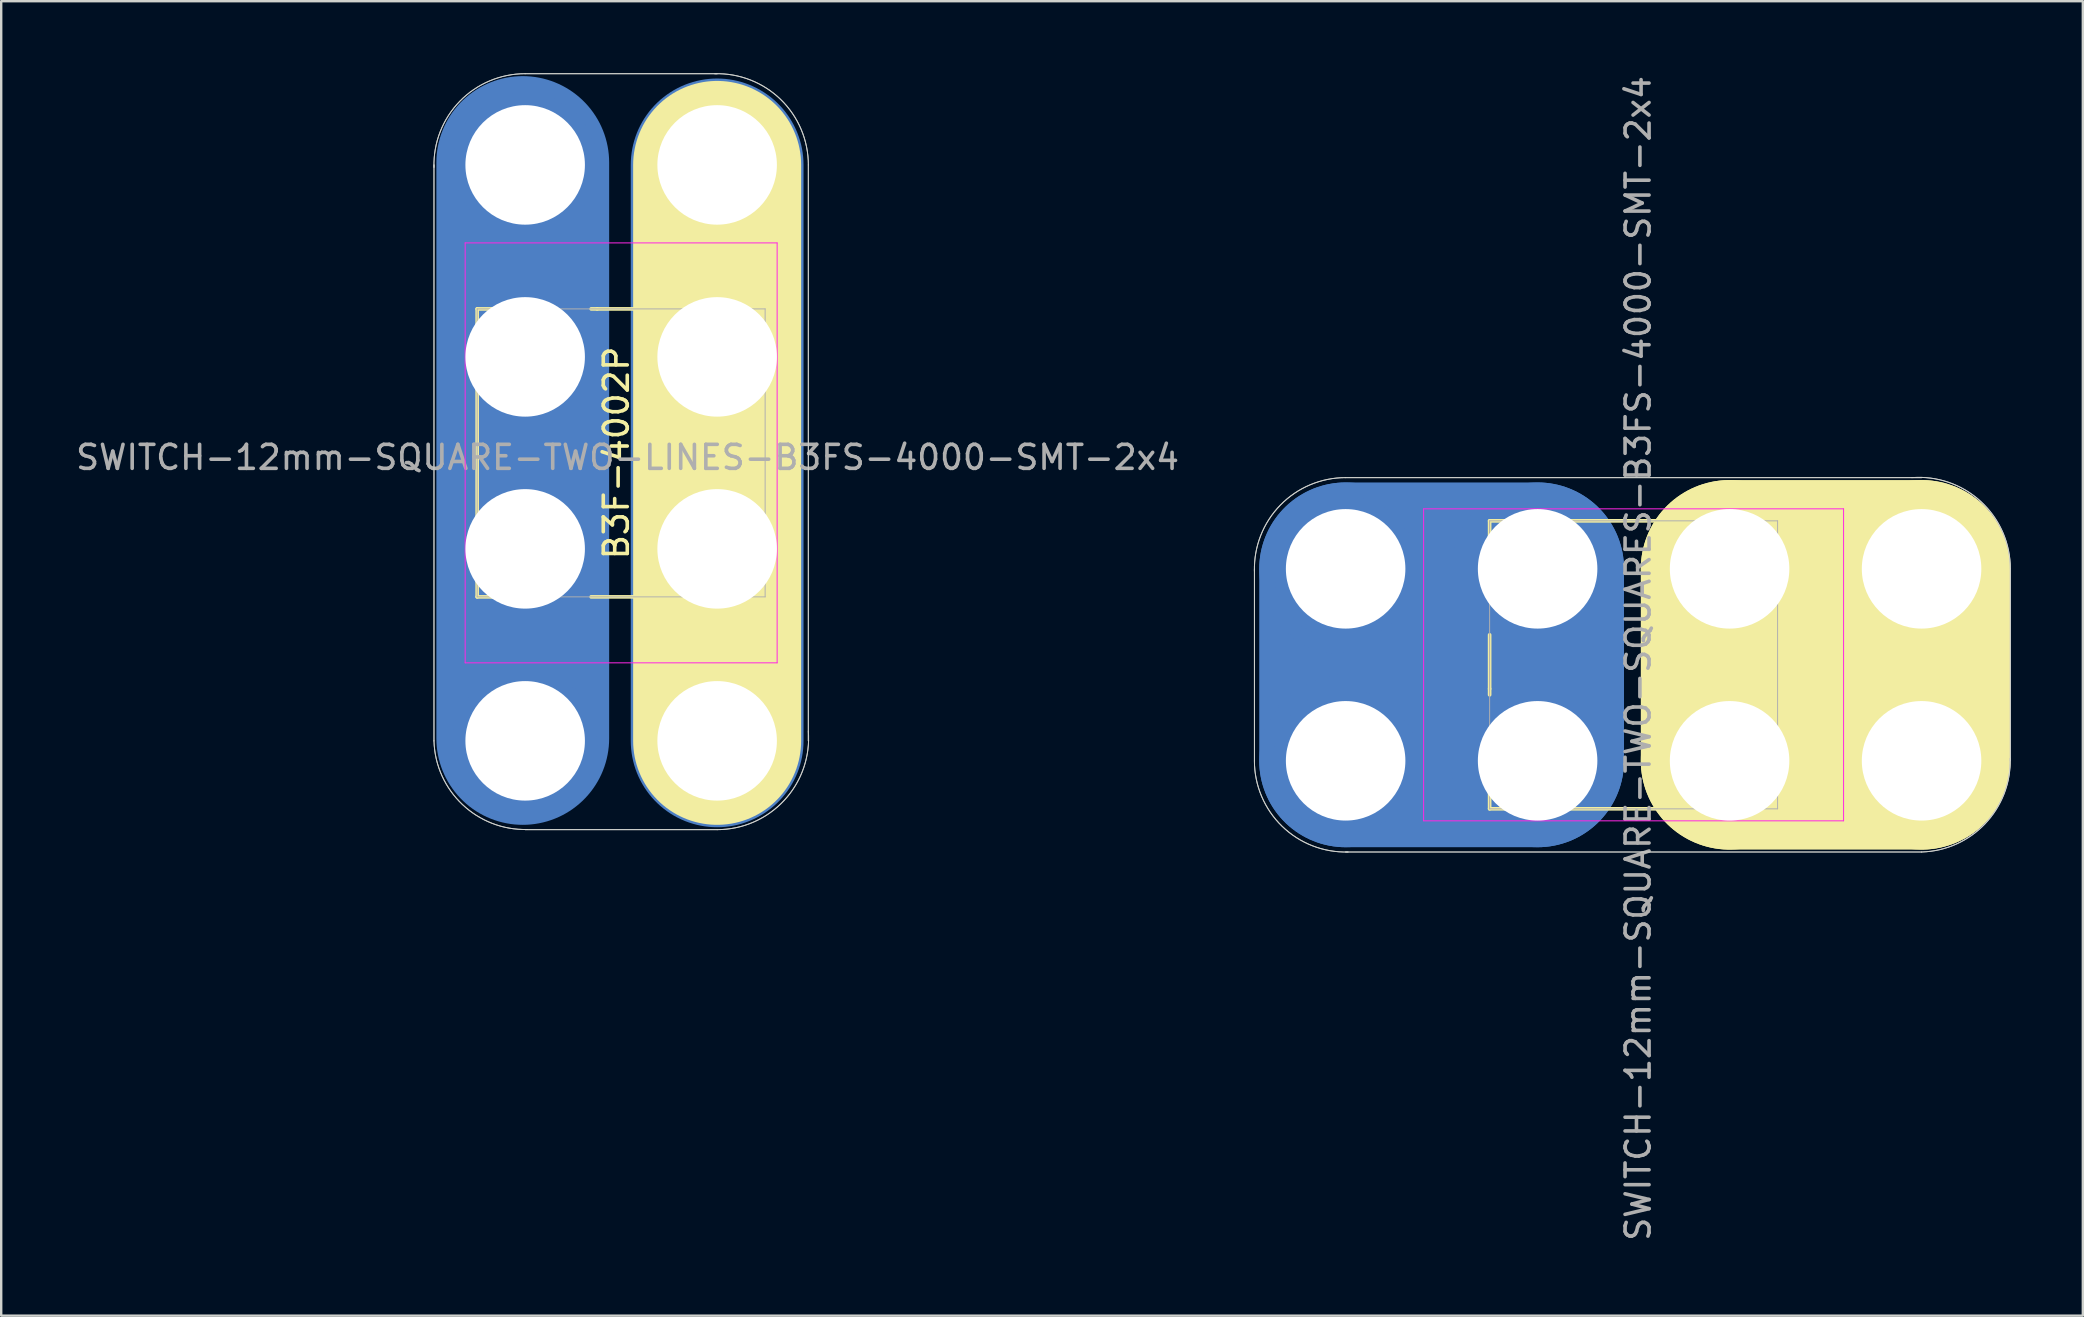
<source format=kicad_pcb>
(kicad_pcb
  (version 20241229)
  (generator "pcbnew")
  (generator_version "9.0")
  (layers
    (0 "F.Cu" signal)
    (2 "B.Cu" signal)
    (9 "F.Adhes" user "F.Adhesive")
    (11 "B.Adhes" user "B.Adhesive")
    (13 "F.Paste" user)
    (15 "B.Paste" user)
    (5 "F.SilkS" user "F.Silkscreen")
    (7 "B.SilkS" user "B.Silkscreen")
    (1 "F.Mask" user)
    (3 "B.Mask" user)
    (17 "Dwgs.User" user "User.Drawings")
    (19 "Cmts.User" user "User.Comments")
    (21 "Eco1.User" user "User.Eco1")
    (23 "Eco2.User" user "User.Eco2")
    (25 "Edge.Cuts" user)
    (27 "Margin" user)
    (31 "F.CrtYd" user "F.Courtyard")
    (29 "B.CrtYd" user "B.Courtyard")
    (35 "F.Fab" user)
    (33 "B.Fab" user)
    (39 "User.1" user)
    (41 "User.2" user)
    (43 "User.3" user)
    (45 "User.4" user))
  (footprint "SWITCH-12mm-SQUARE-TWO-LINES-B3FS-4000-SMT-2x4"
    (layer "F.Cu")
    (at 18.834 27.822)
    (property "Reference" "SWITCH-12mm-SQUARE-TWO-LINES-B3FS-4000-SMT-2x4" (at 4.267 -11.811 0) (layer "F.Fab") (effects (font (size 1 1) (thickness 0.15))))
    (attr through_hole)
    (fp_line (start -0.1 -24.1) (end -0.1 -0.1) (stroke (width 5) (type solid)) (layer "F.Cu"))
    (fp_line (start 8 -24) (end 8 0) (stroke (width 5) (type solid)) (layer "F.Cu"))
    (fp_line (start -0.1 -24.1) (end -0.1 -0.1) (stroke (width 7.2) (type solid)) (layer "B.Cu"))
    (fp_line (start 8 -24) (end 8 0) (stroke (width 7.2) (type solid)) (layer "B.Cu"))
    (fp_line (start -0.1 -24.1) (end -0.1 -0.1) (stroke (width 7.2) (type solid)) (layer "B.Mask"))
    (fp_line (start 8 -24) (end 8 0) (stroke (width 7.2) (type solid)) (layer "B.Mask"))
    (fp_line (start -2 -18) (end 0 -18) (stroke (width 0.152) (type solid)) (layer "F.SilkS"))
    (fp_line (start -2 -6) (end -2 -18) (stroke (width 0.152) (type solid)) (layer "F.SilkS"))
    (fp_line (start -2 -6) (end 0.25 -6) (stroke (width 0.152) (type solid)) (layer "F.SilkS"))
    (fp_line (start 2.75 -18) (end 3 -18) (stroke (width 0.152) (type solid)) (layer "F.SilkS"))
    (fp_line (start 2.75 -6) (end 5.25 -6) (stroke (width 0.152) (type solid)) (layer "F.SilkS"))
    (fp_line (start 3 -18) (end 5.25 -18) (stroke (width 0.152) (type solid)) (layer "F.SilkS"))
    (fp_line (start 7.75 -6) (end 10 -6) (stroke (width 0.152) (type solid)) (layer "F.SilkS"))
    (fp_line (start 8 -24) (end 8 0) (stroke (width 7) (type solid)) (layer "F.SilkS"))
    (fp_line (start 10 -18) (end 7.75 -18) (stroke (width 0.152) (type solid)) (layer "F.SilkS"))
    (fp_line (start 10 -6) (end 10 -18) (stroke (width 0.152) (type solid)) (layer "F.SilkS"))
    (fp_line (start -3.8 -24) (end -3.8 0) (stroke (width 0.041) (type solid)) (layer "Edge.Cuts"))
    (fp_line (start 0 -27.8) (end 8 -27.8) (stroke (width 0.041) (type solid)) (layer "Edge.Cuts"))
    (fp_line (start 0 3.7) (end 8 3.7) (stroke (width 0.041) (type solid)) (layer "Edge.Cuts"))
    (fp_line (start 11.8 -24) (end 11.8 0) (stroke (width 0.041) (type solid)) (layer "Edge.Cuts"))
    (fp_arc (start -3.8 -23.9) (mid -2.723062 -26.652345) (end 0 -27.801316) (stroke (width 0.04064) (type solid)) (layer "Edge.Cuts"))
    (fp_arc (start 0.09982 3.693368) (mid -2.614068 2.653367) (end -3.8 0) (stroke (width 0.04064) (type solid)) (layer "Edge.Cuts"))
    (fp_arc (start 7.9 -27.8) (mid 10.652345 -26.723062) (end 11.801316 -24) (stroke (width 0.04064) (type solid)) (layer "Edge.Cuts"))
    (fp_arc (start 11.8 -0.411824) (mid 10.799424 2.475303) (end 8 3.7) (stroke (width 0.04064) (type solid)) (layer "Edge.Cuts"))
    (fp_line (start -2.5 -20.75) (end 10.5 -20.75) (stroke (width 0.041) (type solid)) (layer "F.CrtYd"))
    (fp_line (start -2.5 -3.25) (end -2.5 -20.75) (stroke (width 0.041) (type solid)) (layer "F.CrtYd"))
    (fp_line (start 10.5 -20.75) (end 10.5 -3.25) (stroke (width 0.041) (type solid)) (layer "F.CrtYd"))
    (fp_line (start 10.5 -3.25) (end -2.5 -3.25) (stroke (width 0.041) (type solid)) (layer "F.CrtYd"))
    (fp_line (start -3.8 -24) (end -3.8 0) (stroke (width 0.041) (type solid)) (layer "F.Fab"))
    (fp_line (start -2 -18) (end 10 -18) (stroke (width 0.041) (type solid)) (layer "F.Fab"))
    (fp_line (start -2 -6) (end -2 -18) (stroke (width 0.041) (type solid)) (layer "F.Fab"))
    (fp_line (start 0 -27.8) (end 8 -27.8) (stroke (width 0.041) (type solid)) (layer "F.Fab"))
    (fp_line (start 0 3.7) (end 8 3.7) (stroke (width 0.041) (type solid)) (layer "F.Fab"))
    (fp_line (start 10 -18) (end 10 -6) (stroke (width 0.041) (type solid)) (layer "F.Fab"))
    (fp_line (start 10 -6) (end -2 -6) (stroke (width 0.041) (type solid)) (layer "F.Fab"))
    (fp_line (start 11.8 -24) (end 11.8 0) (stroke (width 0.041) (type solid)) (layer "F.Fab"))
    (fp_arc (start -3.8 -23.9) (mid -2.723062 -26.652345) (end 0 -27.801316) (stroke (width 0.04064) (type solid)) (layer "F.Fab"))
    (fp_arc (start 0.09982 3.693368) (mid -2.614068 2.653367) (end -3.8 0) (stroke (width 0.04064) (type solid)) (layer "F.Fab"))
    (fp_arc (start 7.9 -27.8) (mid 10.652345 -26.723062) (end 11.801316 -24) (stroke (width 0.04064) (type solid)) (layer "F.Fab"))
    (fp_arc (start 11.811 -0.0254) (mid 10.664746 2.614037) (end 8 3.700156) (stroke (width 0.04064) (type solid)) (layer "F.Fab"))
    (fp_text user "B3F-4002P" (at 3.8 -12 90) (layer "F.SilkS") (effects (font (size 1 1) (thickness 0.15))))
    (pad "" np_thru_hole circle (at 0 -16) (size 4.98 4.98) (drill 4.98) (layers "*.Cu" "*.Mask"))
    (pad "" np_thru_hole circle (at 0 -8) (size 4.98 4.98) (drill 4.98) (layers "*.Cu" "*.Mask"))
    (pad "" np_thru_hole circle (at 8 -16) (size 4.98 4.98) (drill 4.98) (layers "*.Cu" "*.Mask"))
    (pad "" np_thru_hole circle (at 8 -8) (size 4.98 4.98) (drill 4.98) (layers "*.Cu" "B.Mask"))
    (pad "1" smd rect (at 6.5 -19.15 90) (size 2.4 2.3) (layers "F.Cu" "F.Mask" "F.Paste"))
    (pad "1" thru_hole circle (at 8 -24) (size 6 6) (drill 4.98) (layers "*.Cu" "*.Mask"))
    (pad "2" smd rect (at 6.5 -4.85 90) (size 2.3 2.4) (layers "F.Cu" "F.Mask" "F.Paste"))
    (pad "2" thru_hole circle (at 8 0) (size 6 6) (drill 4.98) (layers "*.Cu" "*.Mask"))
    (pad "3" thru_hole circle (at 0 -24) (size 6 6) (drill 4.98) (layers "*.Cu" "*.Mask"))
    (pad "3" smd rect (at 1.5 -19.15 90) (size 2.3 2.4) (layers "F.Cu" "F.Mask" "F.Paste"))
    (pad "4" thru_hole circle (at 0 0) (size 6 6) (drill 4.98) (layers "*.Cu" "*.Mask"))
    (pad "4" smd rect (at 1.5 -4.85 90) (size 2.3 2.4) (layers "F.Cu" "F.Mask" "F.Paste")))
  (footprint "SWITCH-12mm-SQUARE-TWO-SQUARES-B3FS-4000-SMT-2x4"
    (layer "F.Cu")
    (at 53.024 28.654)
    (property "Reference" "SWITCH-12mm-SQUARE-TWO-SQUARES-B3FS-4000-SMT-2x4" (at 12.189 -4.267 90) (layer "F.Fab") (effects (font (size 1 1) (thickness 0.15))))
    (attr through_hole)
    (fp_line (start -0.5 -6.5) (end 4.85 -6.5) (stroke (width 2) (type solid)) (layer "F.Cu"))
    (fp_line (start 19.15 -1.5) (end 24.5 -1.5) (stroke (width 2) (type solid)) (layer "F.Cu"))
    (fp_arc (start 1.517893 -5.976141) (mid -2.41475 -8.75431) (end 2.4 -8.8) (stroke (width 1) (type solid)) (layer "F.Mask"))
    (fp_arc (start 2.321702 0.927199) (mid -2.406964 0.675666) (end 1.499999 -2) (stroke (width 1) (type solid)) (layer "F.Mask"))
    (fp_arc (start 21.678298 -8.927199) (mid 26.406964 -8.675666) (end 22.500001 -6) (stroke (width 1) (type solid)) (layer "F.Mask"))
    (fp_arc (start 22.5 -2) (mid 26.432643 0.778169) (end 21.617893 0.823859) (stroke (width 1) (type solid)) (layer "F.Mask"))
    (fp_line (start 0 -8) (end 0 0) (stroke (width 7.2) (type solid)) (layer "B.Cu"))
    (fp_line (start 0 -8) (end 8 -8) (stroke (width 7.2) (type solid)) (layer "B.Cu"))
    (fp_line (start 0 -4) (end 8 -4) (stroke (width 1) (type solid)) (layer "B.Cu"))
    (fp_line (start 0 0) (end 8 0) (stroke (width 7.2) (type solid)) (layer "B.Cu"))
    (fp_line (start 8 -8) (end 8 0) (stroke (width 7.2) (type solid)) (layer "B.Cu"))
    (fp_line (start 16 -8) (end 16 0) (stroke (width 7.2) (type solid)) (layer "B.Cu"))
    (fp_line (start 16.4 -3.9) (end 24.4 -3.9) (stroke (width 1) (type solid)) (layer "B.Cu"))
    (fp_line (start 17 -8) (end 24 -8) (stroke (width 7.2) (type solid)) (layer "B.Cu"))
    (fp_line (start 17 0) (end 24 0) (stroke (width 7.2) (type solid)) (layer "B.Cu"))
    (fp_line (start 24 -8) (end 24 0) (stroke (width 7.2) (type solid)) (layer "B.Cu"))
    (fp_line (start 0 -4) (end 8 -4) (stroke (width 1) (type solid)) (layer "B.Mask"))
    (fp_line (start 0 0) (end 0 -8) (stroke (width 7.2) (type solid)) (layer "B.Mask"))
    (fp_line (start 0 0) (end 7 0) (stroke (width 7.2) (type solid)) (layer "B.Mask"))
    (fp_line (start 7 -8) (end 0 -8) (stroke (width 7.2) (type solid)) (layer "B.Mask"))
    (fp_line (start 8 -8) (end 8 0) (stroke (width 7.2) (type solid)) (layer "B.Mask"))
    (fp_line (start 16 0) (end 16 -8) (stroke (width 7.2) (type solid)) (layer "B.Mask"))
    (fp_line (start 16.4 -3.9) (end 24.4 -3.9) (stroke (width 1) (type solid)) (layer "B.Mask"))
    (fp_line (start 17 0) (end 24 0) (stroke (width 7.2) (type solid)) (layer "B.Mask"))
    (fp_line (start 24 -8) (end 17 -8) (stroke (width 7.2) (type solid)) (layer "B.Mask"))
    (fp_line (start 24 -8) (end 24 0) (stroke (width 7.2) (type solid)) (layer "B.Mask"))
    (fp_line (start 6 -10) (end 6 -7.75) (stroke (width 0.152) (type solid)) (layer "F.SilkS"))
    (fp_line (start 6 -3) (end 6 -5.25) (stroke (width 0.152) (type solid)) (layer "F.SilkS"))
    (fp_line (start 6 -2.75) (end 6 -3) (stroke (width 0.152) (type solid)) (layer "F.SilkS"))
    (fp_line (start 6 2) (end 6 0) (stroke (width 0.152) (type solid)) (layer "F.SilkS"))
    (fp_line (start 16 -8) (end 16 0) (stroke (width 7.4) (type solid)) (layer "F.SilkS"))
    (fp_line (start 16 -8) (end 24 -8) (stroke (width 7.4) (type solid)) (layer "F.SilkS"))
    (fp_line (start 16.4 -3.9) (end 24.4 -3.9) (stroke (width 1) (type solid)) (layer "F.SilkS"))
    (fp_line (start 18 -10) (end 6 -10) (stroke (width 0.152) (type solid)) (layer "F.SilkS"))
    (fp_line (start 18 -7.75) (end 18 -10) (stroke (width 0.152) (type solid)) (layer "F.SilkS"))
    (fp_line (start 18 -2.75) (end 18 -5.25) (stroke (width 0.152) (type solid)) (layer "F.SilkS"))
    (fp_line (start 18 2) (end 6 2) (stroke (width 0.152) (type solid)) (layer "F.SilkS"))
    (fp_line (start 18 2) (end 18 -0.25) (stroke (width 0.152) (type solid)) (layer "F.SilkS"))
    (fp_line (start 24 0) (end 16 0) (stroke (width 7.4) (type solid)) (layer "F.SilkS"))
    (fp_line (start 24 0) (end 24 -8) (stroke (width 7.4) (type solid)) (layer "F.SilkS"))
    (fp_line (start -3.8 0) (end -3.8 -8) (stroke (width 0.041) (type solid)) (layer "Edge.Cuts"))
    (fp_line (start 0 -11.8) (end 24 -11.8) (stroke (width 0.041) (type solid)) (layer "Edge.Cuts"))
    (fp_line (start 0 3.8) (end 24 3.8) (stroke (width 0.041) (type solid)) (layer "Edge.Cuts"))
    (fp_line (start 27.7 0) (end 27.7 -8) (stroke (width 0.041) (type solid)) (layer "Edge.Cuts"))
    (fp_arc (start -3.8 -7.9) (mid -2.723062 -10.652345) (end 0 -11.801316) (stroke (width 0.04064) (type solid)) (layer "Edge.Cuts"))
    (fp_arc (start 0.1 3.8) (mid -2.652345 2.723062) (end -3.801316 0) (stroke (width 0.04064) (type solid)) (layer "Edge.Cuts"))
    (fp_arc (start 23.588176 -11.8) (mid 26.475303 -10.799424) (end 27.7 -8) (stroke (width 0.04064) (type solid)) (layer "Edge.Cuts"))
    (fp_arc (start 27.693368 -0.09982) (mid 26.653367 2.614068) (end 24 3.8) (stroke (width 0.04064) (type solid)) (layer "Edge.Cuts"))
    (fp_line (start 3.25 -10.5) (end 20.75 -10.5) (stroke (width 0.041) (type solid)) (layer "F.CrtYd"))
    (fp_line (start 3.25 2.5) (end 3.25 -10.5) (stroke (width 0.041) (type solid)) (layer "F.CrtYd"))
    (fp_line (start 20.75 -10.5) (end 20.75 2.5) (stroke (width 0.041) (type solid)) (layer "F.CrtYd"))
    (fp_line (start 20.75 2.5) (end 3.25 2.5) (stroke (width 0.041) (type solid)) (layer "F.CrtYd"))
    (fp_line (start -3.8 0) (end -3.8 -8) (stroke (width 0.041) (type solid)) (layer "F.Fab"))
    (fp_line (start 0 -11.8) (end 24 -11.8) (stroke (width 0.041) (type solid)) (layer "F.Fab"))
    (fp_line (start 0 3.8) (end 24 3.8) (stroke (width 0.041) (type solid)) (layer "F.Fab"))
    (fp_line (start 6 -10) (end 18 -10) (stroke (width 0.041) (type solid)) (layer "F.Fab"))
    (fp_line (start 6 2) (end 6 -10) (stroke (width 0.041) (type solid)) (layer "F.Fab"))
    (fp_line (start 18 -10) (end 18 2) (stroke (width 0.041) (type solid)) (layer "F.Fab"))
    (fp_line (start 18 2) (end 6 2) (stroke (width 0.041) (type solid)) (layer "F.Fab"))
    (fp_line (start 27.7 0) (end 27.7 -8) (stroke (width 0.041) (type solid)) (layer "F.Fab"))
    (fp_arc (start -3.8 -7.9) (mid -2.723062 -10.652345) (end 0 -11.801316) (stroke (width 0.04064) (type solid)) (layer "F.Fab"))
    (fp_arc (start 0.1 3.8) (mid -2.652345 2.723062) (end -3.801316 0) (stroke (width 0.04064) (type solid)) (layer "F.Fab"))
    (fp_arc (start 23.9746 -11.811) (mid 26.614037 -10.664746) (end 27.700156 -8) (stroke (width 0.04064) (type solid)) (layer "F.Fab"))
    (fp_arc (start 27.693368 -0.09982) (mid 26.653367 2.614068) (end 24 3.8) (stroke (width 0.04064) (type solid)) (layer "F.Fab"))
    (pad "" np_thru_hole circle (at 8 -8 90) (size 4.98 4.98) (drill 4.98) (layers "*.Cu" "*.Mask"))
    (pad "" np_thru_hole circle (at 8 0 90) (size 4.98 4.98) (drill 4.98) (layers "*.Cu" "B.Mask"))
    (pad "" np_thru_hole circle (at 16 -8 90) (size 4.98 4.98) (drill 4.98) (layers "*.Cu" "B.Mask"))
    (pad "" np_thru_hole circle (at 16 0 90) (size 4.98 4.98) (drill 4.98) (layers "*.Cu" "*.Mask"))
    (pad "1" thru_hole circle (at 0 -8 90) (size 6 6) (drill 4.98) (layers "*.Cu" "B.Mask"))
    (pad "1" thru_hole circle (at 0 0 90) (size 6 6) (drill 4.98) (layers "*.Cu" "B.Mask"))
    (pad "1" smd rect (at 4.85 -6.5 180) (size 2.4 2.3) (layers "F.Cu" "F.Mask" "F.Paste"))
    (pad "2" smd rect (at 19.15 -6.5 180) (size 2.3 2.4) (layers "F.Cu" "F.Mask" "F.Paste"))
    (pad "3" smd rect (at 4.85 -1.5 180) (size 2.3 2.4) (layers "F.Cu" "F.Mask" "F.Paste"))
    (pad "4" smd rect (at 19.15 -1.5 180) (size 2.3 2.4) (layers "F.Cu" "F.Mask" "F.Paste"))
    (pad "4" thru_hole circle (at 24 -8 90) (size 6 6) (drill 4.98) (layers "*.Cu" "B.Mask"))
    (pad "4" thru_hole circle (at 24 0 90) (size 6 6) (drill 4.98) (layers "*.Cu" "B.Mask")))
  (gr_rect
    (start -3 -3)
    (end 83.744 51.774)
    (stroke (width 0.1) (type default))
    (fill no)
    (layer "Edge.Cuts")))
</source>
